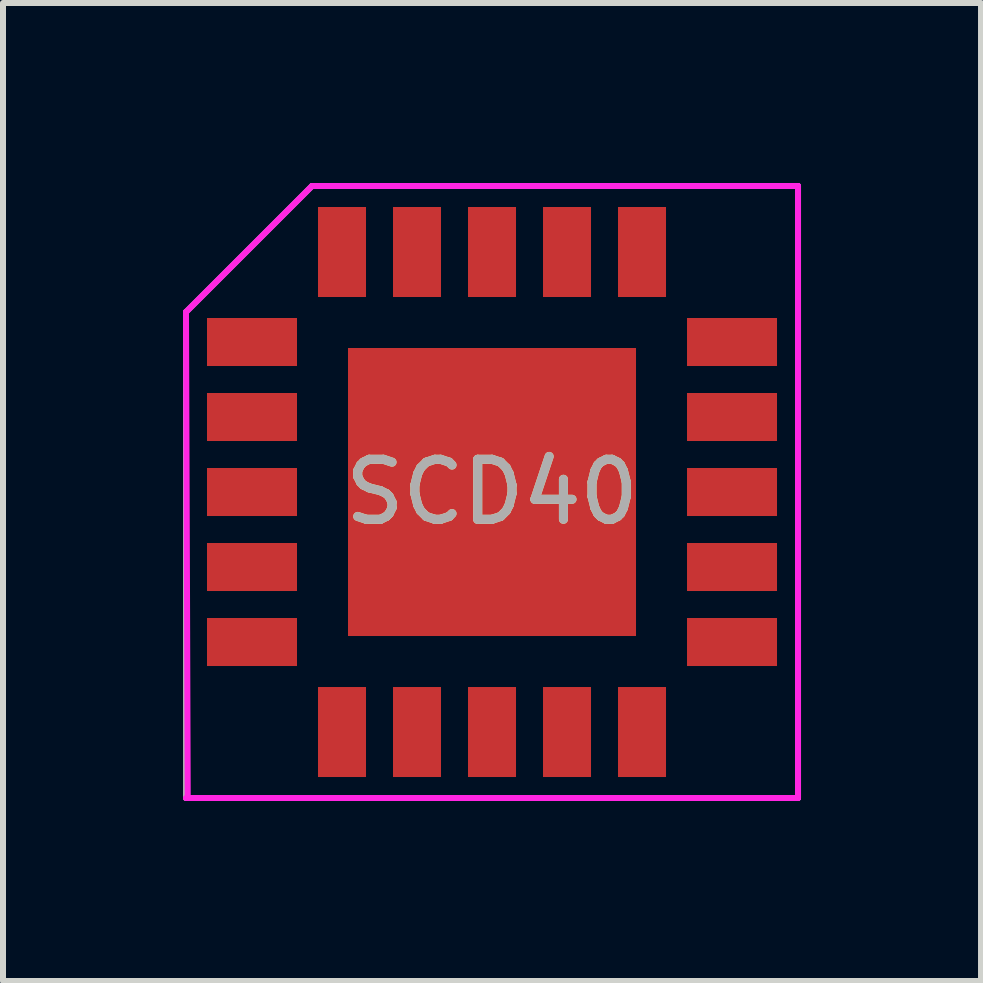
<source format=kicad_pcb>
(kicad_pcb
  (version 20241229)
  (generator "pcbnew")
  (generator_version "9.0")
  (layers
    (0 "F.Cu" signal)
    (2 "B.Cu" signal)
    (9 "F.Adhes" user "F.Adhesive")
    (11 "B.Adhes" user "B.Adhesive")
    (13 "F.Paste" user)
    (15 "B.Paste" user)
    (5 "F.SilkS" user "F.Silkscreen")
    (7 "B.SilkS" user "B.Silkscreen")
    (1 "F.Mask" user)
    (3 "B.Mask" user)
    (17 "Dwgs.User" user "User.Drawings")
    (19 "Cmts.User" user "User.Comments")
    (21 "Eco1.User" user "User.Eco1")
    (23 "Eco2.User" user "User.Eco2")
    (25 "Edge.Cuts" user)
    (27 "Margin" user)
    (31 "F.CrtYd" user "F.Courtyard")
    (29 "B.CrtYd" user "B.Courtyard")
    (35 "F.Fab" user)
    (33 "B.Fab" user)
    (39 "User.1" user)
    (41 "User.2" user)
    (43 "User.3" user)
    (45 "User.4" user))
  (footprint "SCD40"
    (layer "F.Cu")
    (at 5.15 5.15)
    (property "Reference" "SCD40" (at 0 0 0) (unlocked yes) (layer "F.SilkS") (effects (font (size 1 1) (thickness 0.15))))
    (attr smd)
    (fp_line (start -5.1 -3) (end -3 -5.1) (stroke (width 0.1) (type default)) (layer "F.CrtYd"))
    (fp_line (start -5.071 5.096) (end -5.1 -3) (stroke (width 0.1) (type default)) (layer "F.CrtYd"))
    (fp_line (start -3 -5.1) (end 5.1 -5.1) (stroke (width 0.1) (type default)) (layer "F.CrtYd"))
    (fp_line (start 5.1 -5.1) (end 5.1 5.1) (stroke (width 0.1) (type default)) (layer "F.CrtYd"))
    (fp_line (start 5.1 5.1) (end -5.1 5.1) (stroke (width 0.1) (type default)) (layer "F.CrtYd"))
    (fp_line (start -5.1 -3) (end -3 -5.1) (stroke (width 0.1) (type solid)) (layer "F.Fab"))
    (fp_line (start -5.1 5.1) (end -5.1 -3) (stroke (width 0.1) (type solid)) (layer "F.Fab"))
    (fp_line (start -3 -5.1) (end 5.1 -5.1) (stroke (width 0.1) (type solid)) (layer "F.Fab"))
    (fp_line (start 5.1 -5.1) (end 5.1 5.1) (stroke (width 0.1) (type solid)) (layer "F.Fab"))
    (fp_line (start 5.1 5.1) (end -5.1 5.1) (stroke (width 0.1) (type solid)) (layer "F.Fab"))
    (fp_text user "${REFERENCE}" (at 0 0 0) (unlocked yes) (layer "F.Fab") (effects (font (size 1 1) (thickness 0.15))))
    (pad "1" smd rect (at -4 -2.5) (size 1.5 0.8) (layers "F.Cu" "F.Mask" "F.Paste"))
    (pad "2" smd rect (at -4 -1.25) (size 1.5 0.8) (layers "F.Cu" "F.Mask" "F.Paste"))
    (pad "3" smd rect (at -4 0) (size 1.5 0.8) (layers "F.Cu" "F.Mask" "F.Paste"))
    (pad "4" smd rect (at -4 1.25) (size 1.5 0.8) (layers "F.Cu" "F.Mask" "F.Paste"))
    (pad "5" smd rect (at -4 2.5) (size 1.5 0.8) (layers "F.Cu" "F.Mask" "F.Paste"))
    (pad "6" smd rect (at -2.5 4 90) (size 1.5 0.8) (layers "F.Cu" "F.Mask" "F.Paste"))
    (pad "7" smd rect (at -1.25 4 90) (size 1.5 0.8) (layers "F.Cu" "F.Mask" "F.Paste"))
    (pad "8" smd rect (at 0 4 90) (size 1.5 0.8) (layers "F.Cu" "F.Mask" "F.Paste"))
    (pad "9" smd rect (at 1.25 4 90) (size 1.5 0.8) (layers "F.Cu" "F.Mask" "F.Paste"))
    (pad "10" smd rect (at 2.5 4 90) (size 1.5 0.8) (layers "F.Cu" "F.Mask" "F.Paste"))
    (pad "11" smd rect (at 4 2.5 180) (size 1.5 0.8) (layers "F.Cu" "F.Mask" "F.Paste"))
    (pad "12" smd rect (at 4 1.25 180) (size 1.5 0.8) (layers "F.Cu" "F.Mask" "F.Paste"))
    (pad "13" smd rect (at 4 0 180) (size 1.5 0.8) (layers "F.Cu" "F.Mask" "F.Paste"))
    (pad "14" smd rect (at 4 -1.25 180) (size 1.5 0.8) (layers "F.Cu" "F.Mask" "F.Paste"))
    (pad "15" smd rect (at 4 -2.5 180) (size 1.5 0.8) (layers "F.Cu" "F.Mask" "F.Paste"))
    (pad "16" smd rect (at 2.5 -4 270) (size 1.5 0.8) (layers "F.Cu" "F.Mask" "F.Paste"))
    (pad "17" smd rect (at 1.25 -4 270) (size 1.5 0.8) (layers "F.Cu" "F.Mask" "F.Paste"))
    (pad "18" smd rect (at 0 -4 270) (size 1.5 0.8) (layers "F.Cu" "F.Mask" "F.Paste"))
    (pad "19" smd rect (at -1.25 -4 270) (size 1.5 0.8) (layers "F.Cu" "F.Mask" "F.Paste"))
    (pad "20" smd rect (at -2.5 -4 270) (size 1.5 0.8) (layers "F.Cu" "F.Mask" "F.Paste"))
    (pad "PAD" smd rect (at 0 0) (size 4.8 4.8) (layers "F.Cu" "F.Mask" "F.Paste")))
  (gr_rect
    (start -3 -3)
    (end 13.3 13.3)
    (stroke (width 0.1) (type default))
    (fill no)
    (layer "Edge.Cuts")))
</source>
